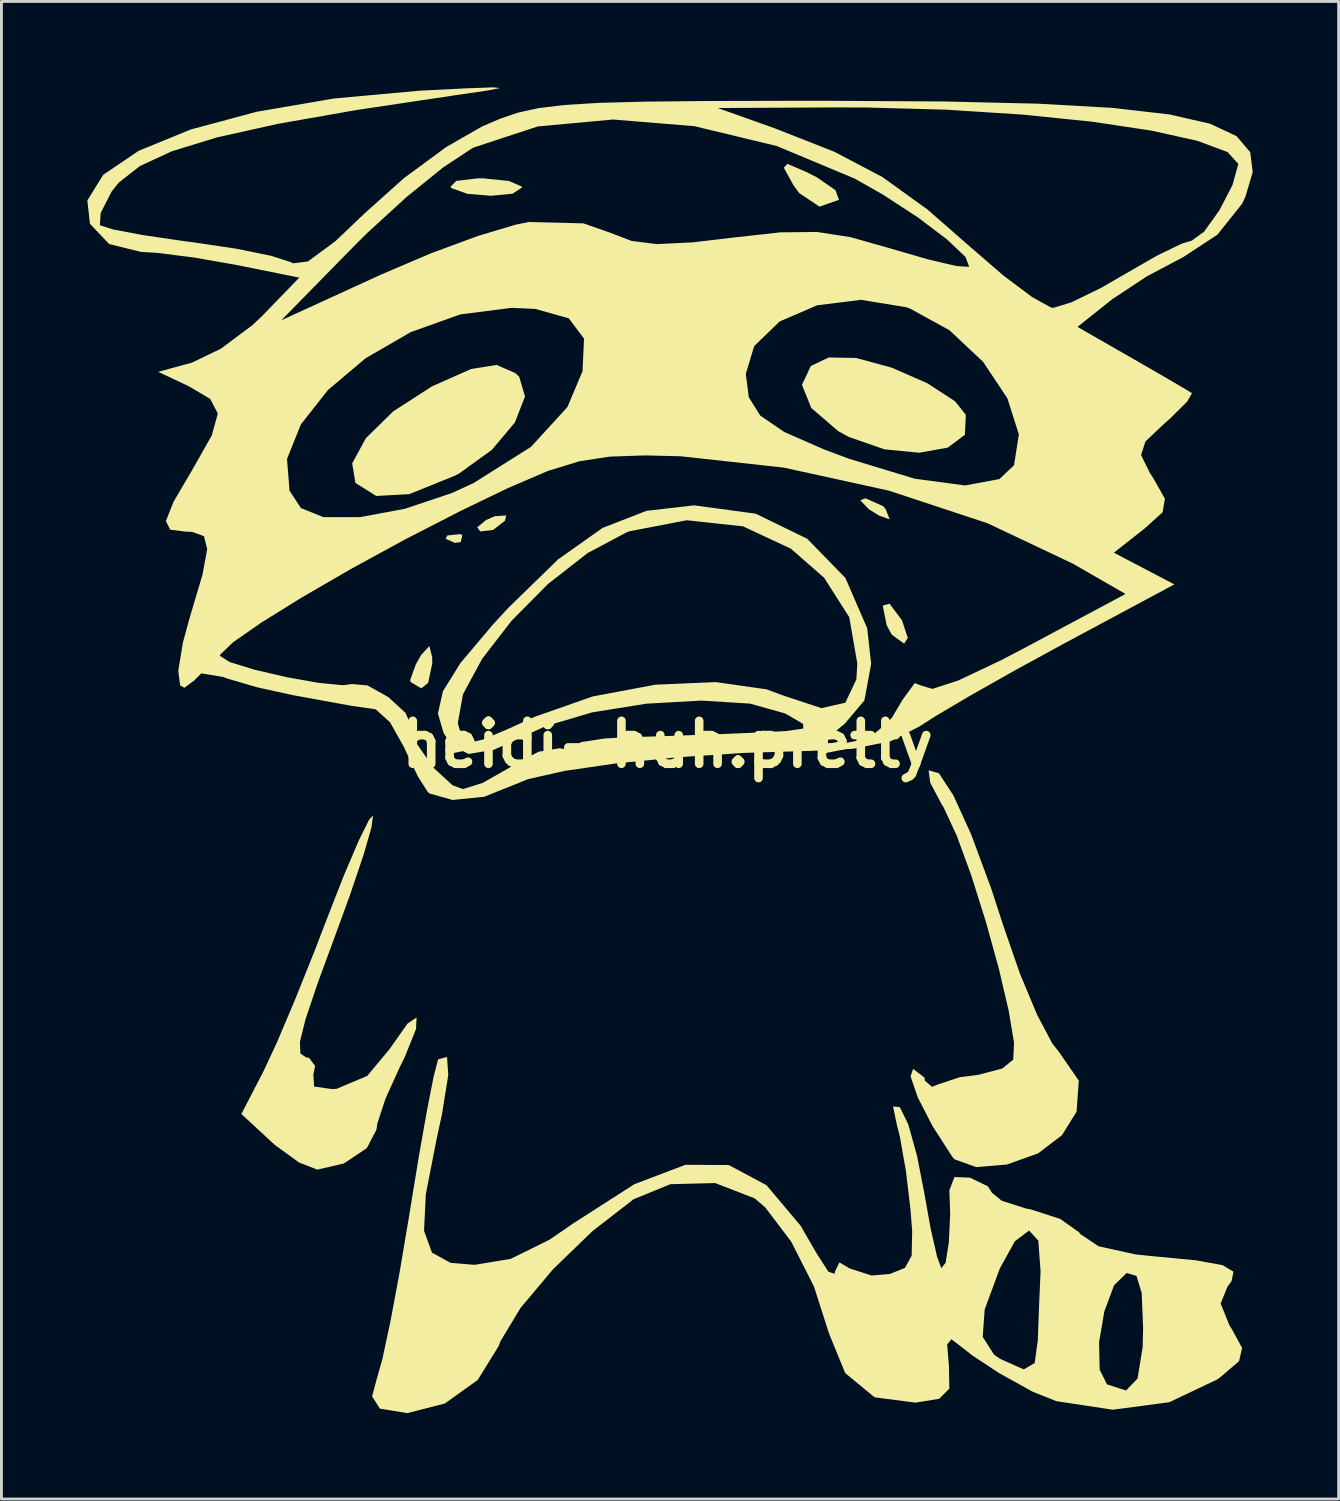
<source format=kicad_pcb>
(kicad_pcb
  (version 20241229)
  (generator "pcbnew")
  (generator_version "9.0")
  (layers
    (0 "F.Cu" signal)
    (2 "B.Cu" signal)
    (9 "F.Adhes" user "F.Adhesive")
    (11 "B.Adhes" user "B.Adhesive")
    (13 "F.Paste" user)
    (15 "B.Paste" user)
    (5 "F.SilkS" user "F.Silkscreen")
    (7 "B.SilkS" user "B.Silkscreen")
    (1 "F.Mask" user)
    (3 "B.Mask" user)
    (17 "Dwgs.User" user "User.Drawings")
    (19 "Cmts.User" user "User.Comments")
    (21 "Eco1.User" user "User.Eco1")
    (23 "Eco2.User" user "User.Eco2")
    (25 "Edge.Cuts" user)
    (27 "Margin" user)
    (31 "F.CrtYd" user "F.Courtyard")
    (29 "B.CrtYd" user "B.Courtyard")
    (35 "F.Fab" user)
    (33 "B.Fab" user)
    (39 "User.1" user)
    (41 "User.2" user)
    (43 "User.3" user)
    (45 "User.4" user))
  (footprint "heidi-huh.pretty"
    (layer "F.Cu")
    (at 20.255 22.939)
    (property "Reference" "heidi-huh.pretty" (at 0 0 0) (layer "F.SilkS") (effects (font (size 1.5 1.5) (thickness 0.3))))
    (attr board_only exclude_from_pos_files exclude_from_bom)
    (fp_poly (pts (xy -7.164 -7.294) (xy -7.218 -7.062) (xy -7.425 -7.034) (xy -7.746 -7.177) (xy -7.685 -7.294) (xy -7.221 -7.341)) (stroke (width 0) (type solid)) (fill yes) (layer "F.SilkS"))
    (fp_poly (pts (xy -5.669 -7.811) (xy -6.087 -7.487) (xy -6.535 -7.433) (xy -6.643 -7.578) (xy -6.337 -7.829) (xy -6.037 -7.964) (xy -5.633 -7.992)) (stroke (width 0) (type solid)) (fill yes) (layer "F.SilkS"))
    (fp_poly (pts (xy 7.536 -8.313) (xy 7.62 -8.206) (xy 7.758 -7.855) (xy 7.388 -7.987) (xy 7.034 -8.206) (xy 6.733 -8.52) (xy 6.913 -8.591)) (stroke (width 0) (type solid)) (fill yes) (layer "F.SilkS"))
    (fp_poly (pts (xy 8.188 -4.332) (xy 8.392 -3.715) (xy 8.262 -3.517) (xy 7.83 -3.83) (xy 7.653 -4.159) (xy 7.516 -4.846) (xy 7.754 -4.91)) (stroke (width 0) (type solid)) (fill yes) (layer "F.SilkS"))
    (fp_poly (pts (xy -8.216 -3.045) (xy -8.212 -2.833) (xy -8.355 -2.147) (xy -8.597 -1.954) (xy -8.972 -2.178) (xy -8.982 -2.247) (xy -8.786 -2.795) (xy -8.597 -3.126) (xy -8.312 -3.433)) (stroke (width 0) (type solid)) (fill yes) (layer "F.SilkS"))
    (fp_poly (pts (xy 4.859 -19.98) (xy 5.225 -19.793) (xy 5.865 -19.348) (xy 5.988 -19.014) (xy 5.986 -19.012) (xy 5.31 -18.774) (xy 4.598 -19.248) (xy 4.389 -19.538) (xy 4.063 -20.132) (xy 4.187 -20.269)) (stroke (width 0) (type solid)) (fill yes) (layer "F.SilkS"))
    (fp_poly (pts (xy -6.429 -19.762) (xy -5.532 -19.669) (xy -5.091 -19.476) (xy -5.081 -19.441) (xy -5.406 -19.227) (xy -6.154 -19.154) (xy -6.977 -19.219) (xy -7.531 -19.416) (xy -7.577 -19.469) (xy -7.375 -19.673) (xy -6.621 -19.763)) (stroke (width 0) (type solid)) (fill yes) (layer "F.SilkS"))
    (fp_poly (pts (xy 6.589 -13.49) (xy 7.829 -13.152) (xy 9.072 -12.609) (xy 10.038 -11.98) (xy 10.417 -11.508) (xy 10.386 -10.809) (xy 9.784 -10.359) (xy 8.789 -10.182) (xy 7.577 -10.3) (xy 6.325 -10.735) (xy 5.959 -10.937) (xy 5.021 -11.744) (xy 4.696 -12.551) (xy 5.005 -13.21) (xy 5.631 -13.508)) (stroke (width 0) (type solid)) (fill yes) (layer "F.SilkS"))
    (fp_poly (pts (xy -5.317 -12.964) (xy -5.178 -12.837) (xy -4.974 -12.146) (xy -5.329 -11.236) (xy -6.131 -10.283) (xy -7.264 -9.463) (xy -7.417 -9.382) (xy -9.016 -8.735) (xy -10.169 -8.672) (xy -10.896 -9.128) (xy -11.008 -9.811) (xy -10.529 -10.692) (xy -9.571 -11.63) (xy -8.247 -12.483) (xy -8.185 -12.516) (xy -6.858 -13.105) (xy -5.966 -13.248)) (stroke (width 0) (type solid)) (fill yes) (layer "F.SilkS"))
    (fp_poly (pts (xy 9.476 1.009) (xy 9.984 1.783) (xy 10.605 3.149) (xy 11.3 5.024) (xy 11.724 6.324) (xy 12.301 7.992) (xy 12.901 9.432) (xy 13.433 10.44) (xy 13.67 10.74) (xy 14.362 11.743) (xy 14.284 12.826) (xy 13.775 13.646) (xy 12.942 14.281) (xy 11.847 14.672) (xy 10.777 14.76) (xy 10.022 14.489) (xy 9.942 14.399) (xy 9.251 13.321) (xy 8.737 12.322) (xy 8.489 11.594) (xy 8.575 11.332) (xy 8.972 11.632) (xy 8.988 11.746) (xy 9.236 11.958) (xy 9.456 11.87) (xy 10.205 11.622) (xy 10.847 11.54) (xy 11.692 11.318) (xy 12.073 11.007) (xy 12.101 10.425) (xy 11.914 9.3) (xy 11.568 7.823) (xy 11.114 6.185) (xy 10.608 4.577) (xy 10.101 3.191) (xy 9.649 2.217) (xy 9.576 2.098) (xy 9.176 1.344) (xy 9.118 0.912) (xy 9.121 0.909)) (stroke (width 0) (type solid)) (fill yes) (layer "F.SilkS"))
    (fp_poly (pts (xy -10.334 2.901) (xy -10.62 3.885) (xy -11.089 5.272) (xy -11.498 6.395) (xy -12.199 8.299) (xy -12.636 9.592) (xy -12.833 10.386) (xy -12.816 10.796) (xy -12.612 10.935) (xy -12.517 10.942) (xy -12.302 11.228) (xy -12.363 11.527) (xy -12.339 11.947) (xy -11.716 12.037) (xy -11.547 12.026) (xy -10.482 11.576) (xy -9.703 10.639) (xy -9.077 9.751) (xy -8.76 9.538) (xy -8.78 9.943) (xy -9.17 10.911) (xy -9.351 11.279) (xy -9.845 12.37) (xy -10.131 13.241) (xy -10.16 13.452) (xy -10.496 14.097) (xy -11.296 14.633) (xy -12.226 14.849) (xy -12.865 14.6) (xy -13.705 13.99) (xy -13.83 13.877) (xy -14.878 12.906) (xy -14.115 11.435) (xy -13.647 10.432) (xy -13.012 8.935) (xy -12.311 7.186) (xy -11.907 6.133) (xy -11.299 4.579) (xy -10.781 3.364) (xy -10.417 2.63) (xy -10.282 2.483)) (stroke (width 0) (type solid)) (fill yes) (layer "F.SilkS"))
    (fp_poly (pts (xy -7.654 11.549) (xy -7.871 12.904) (xy -8.067 13.81) (xy -8.437 15.708) (xy -8.5 16.984) (xy -8.223 17.746) (xy -7.573 18.105) (xy -6.736 18.173) (xy -5.474 17.965) (xy -4.119 17.296) (xy -3.271 16.714) (xy -1.155 15.358) (xy 0.627 14.68) (xy 2.142 14.689) (xy 3.459 15.394) (xy 4.644 16.802) (xy 5.212 17.78) (xy 5.618 18.412) (xy 5.835 18.487) (xy 5.846 18.416) (xy 6.003 18.091) (xy 6.37 18.302) (xy 7.124 18.545) (xy 7.771 18.491) (xy 8.292 18.278) (xy 8.526 17.853) (xy 8.544 16.996) (xy 8.487 16.26) (xy 8.324 14.884) (xy 8.111 13.682) (xy 8.01 13.286) (xy 7.876 12.645) (xy 8.089 12.663) (xy 8.13 12.7) (xy 8.408 13.269) (xy 8.713 14.363) (xy 8.952 15.585) (xy 9.188 16.9) (xy 9.411 17.879) (xy 9.56 18.288) (xy 9.712 18.102) (xy 9.824 17.387) (xy 9.871 16.394) (xy 9.843 15.573) (xy 10.02 15.108) (xy 10.562 15.13) (xy 11.189 15.432) (xy 11.332 15.659) (xy 11.674 15.938) (xy 12.514 16.205) (xy 12.705 16.244) (xy 13.718 16.573) (xy 14.373 17.038) (xy 14.411 17.095) (xy 15.053 17.526) (xy 16.349 17.81) (xy 16.848 17.862) (xy 18.451 18.016) (xy 19.385 18.185) (xy 19.763 18.413) (xy 19.695 18.744) (xy 19.556 18.931) (xy 19.315 19.522) (xy 19.621 20.285) (xy 19.706 20.417) (xy 20.064 21.076) (xy 19.957 21.537) (xy 19.295 22.103) (xy 19.205 22.17) (xy 17.523 22.97) (xy 15.55 23.232) (xy 13.579 22.934) (xy 12.74 22.598) (xy 11.583 21.956) (xy 10.626 21.325) (xy 10.412 21.154) (xy 9.915 20.772) (xy 9.765 20.951) (xy 9.826 21.688) (xy 9.843 22.493) (xy 9.488 22.85) (xy 8.658 22.985) (xy 7.231 22.799) (xy 6.205 21.952) (xy 5.688 20.689) (xy 11.007 20.689) (xy 11.403 21.31) (xy 11.625 21.461) (xy 12.44 21.825) (xy 12.822 21.601) (xy 12.92 20.879) (xy 15.069 20.879) (xy 15.091 21.835) (xy 15.345 22.346) (xy 16.01 22.561) (xy 16.414 22.143) (xy 16.592 21.041) (xy 16.608 20.373) (xy 16.557 19.151) (xy 16.376 18.561) (xy 16.032 18.458) (xy 15.593 18.888) (xy 15.254 19.796) (xy 15.069 20.879) (xy 12.92 20.879) (xy 12.93 20.808) (xy 12.974 19.622) (xy 13.027 18.399) (xy 12.948 17.328) (xy 12.625 16.977) (xy 12.13 17.35) (xy 11.606 18.296) (xy 11.075 19.733) (xy 11.007 20.689) (xy 5.688 20.689) (xy 5.641 20.573) (xy 5.112 18.923) (xy 4.319 17.362) (xy 3.418 16.173) (xy 3.044 15.852) (xy 1.665 15.318) (xy 0.101 15.358) (xy -1.183 15.884) (xy -2.621 16.998) (xy -4 18.332) (xy -5.133 19.682) (xy -5.833 20.845) (xy -5.899 21.02) (xy -6.625 22.193) (xy -7.772 23.015) (xy -9.082 23.351) (xy -10.042 23.194) (xy -10.314 22.765) (xy -10.148 22.15) (xy -9.951 21.452) (xy -9.675 20.157) (xy -9.354 18.444) (xy -9.024 16.488) (xy -8.984 16.238) (xy -8.673 14.342) (xy -8.389 12.741) (xy -8.161 11.585) (xy -8.015 11.023) (xy -8 10.996) (xy -7.697 10.916)) (stroke (width 0) (type solid)) (fill yes) (layer "F.SilkS"))
    (fp_poly (pts (xy -5.853 -22.913) (xy -6.301 -22.826) (xy -7.365 -22.67) (xy -7.425 -22.661) (xy -10.866 -22.146) (xy -13.607 -21.664) (xy -15.727 -21.192) (xy -17.307 -20.707) (xy -18.424 -20.189) (xy -19.16 -19.613) (xy -19.411 -19.295) (xy -19.791 -18.549) (xy -19.818 -18.125) (xy -19.352 -17.977) (xy -18.314 -17.781) (xy -16.906 -17.574) (xy -16.556 -17.529) (xy -15.055 -17.306) (xy -13.842 -17.058) (xy -13.14 -16.832) (xy -13.08 -16.794) (xy -12.554 -16.86) (xy -11.6 -17.563) (xy -10.559 -18.553) (xy -9.212 -19.76) (xy -7.726 -20.855) (xy -6.481 -21.569) (xy -5.846 -21.843) (xy -5.225 -22.055) (xy -4.511 -22.212) (xy -4.476 -22.217) (xy 1.758 -22.217) (xy 3.732 -21.514) (xy 5.83 -20.689) (xy 7.508 -19.806) (xy 9.083 -18.67) (xy 10.58 -17.362) (xy 11.735 -16.364) (xy 12.729 -15.619) (xy 13.385 -15.256) (xy 13.472 -15.24) (xy 14.11 -15.435) (xy 15.137 -15.937) (xy 15.961 -16.412) (xy 17.075 -17.054) (xy 17.951 -17.48) (xy 18.302 -17.585) (xy 18.736 -17.9) (xy 19.272 -18.648) (xy 19.73 -19.533) (xy 19.929 -20.258) (xy 19.929 -20.27) (xy 19.556 -20.679) (xy 18.509 -21.07) (xy 16.896 -21.429) (xy 14.823 -21.74) (xy 12.399 -21.988) (xy 9.731 -22.159) (xy 6.925 -22.236) (xy 5.862 -22.239) (xy 1.758 -22.217) (xy -4.476 -22.217) (xy -3.598 -22.324) (xy -2.38 -22.398) (xy -0.748 -22.441) (xy 1.403 -22.462) (xy 4.181 -22.469) (xy 5.666 -22.469) (xy 9.66 -22.446) (xy 12.93 -22.369) (xy 15.53 -22.223) (xy 17.516 -21.995) (xy 18.944 -21.67) (xy 19.869 -21.236) (xy 20.347 -20.677) (xy 20.434 -19.981) (xy 20.185 -19.134) (xy 20.07 -18.884) (xy 19.203 -17.796) (xy 18.018 -17.018) (xy 16.735 -16.338) (xy 15.546 -15.553) (xy 15.433 -15.465) (xy 14.316 -14.575) (xy 16.243 -13.47) (xy 17.316 -12.852) (xy 18.075 -12.406) (xy 18.314 -12.26) (xy 18.146 -11.967) (xy 17.552 -11.379) (xy 17.379 -11.227) (xy 16.69 -10.578) (xy 16.536 -10.1) (xy 16.847 -9.471) (xy 16.961 -9.296) (xy 17.368 -8.576) (xy 17.287 -8.102) (xy 16.651 -7.528) (xy 16.603 -7.491) (xy 15.587 -6.691) (xy 16.642 -6.138) (xy 17.698 -5.585) (xy 13.831 -3.511) (xy 12.134 -2.584) (xy 10.577 -1.704) (xy 9.36 -0.985) (xy 8.792 -0.621) (xy 7.779 -0.105) (xy 6.468 0.157) (xy 5.08 0.225) (xy 2.695 0.298) (xy 0.349 0.451) (xy -1.799 0.667) (xy -3.59 0.927) (xy -4.867 1.214) (xy -5.359 1.414) (xy -6.403 1.831) (xy -7.501 1.942) (xy -8.305 1.717) (xy -8.371 1.661) (xy -8.712 1.125) (xy -9.15 0.209) (xy -9.198 0.098) (xy -9.686 -0.769) (xy -10.181 -1.218) (xy -10.238 -1.232) (xy -11.01 -1.341) (xy -11.137 -1.364) (xy -11.747 -1.475) (xy -12.778 -1.663) (xy -13.091 -1.72) (xy -14.33 -1.992) (xy -15.371 -2.298) (xy -15.507 -2.349) (xy -16.277 -2.479) (xy -16.528 -2.227) (xy -16.867 -1.975) (xy -17.015 -2.056) (xy -17.081 -2.563) (xy -16.995 -3.091) (xy -15.627 -3.091) (xy -15.286 -2.874) (xy -14.427 -2.608) (xy -13.31 -2.348) (xy -12.191 -2.148) (xy -11.329 -2.064) (xy -11.011 -2.106) (xy -10.474 -2.057) (xy -9.744 -1.648) (xy -9.148 -1.1) (xy -8.988 -0.746) (xy -8.742 -0.005) (xy -8.167 0.821) (xy -7.505 1.429) (xy -7.147 1.563) (xy -6.456 1.348) (xy -5.533 0.824) (xy -5.42 0.745) (xy -4.501 0.258) (xy -3.753 0.134) (xy -3.678 0.154) (xy -3.261 0.212) (xy -3.264 0.093) (xy -3.018 -0.077) (xy -2.194 -0.205) (xy -1.428 -0.247) (xy 0.18 -0.297) (xy 2.013 -0.364) (xy 2.892 -0.401) (xy 4.16 -0.466) (xy 4.742 -0.551) (xy 4.736 -0.713) (xy 4.238 -1.006) (xy 4.089 -1.084) (xy 2.882 -1.422) (xy 1.19 -1.528) (xy -0.732 -1.42) (xy -2.627 -1.117) (xy -4.242 -0.639) (xy -4.707 -0.427) (xy -6.059 0.19) (xy -6.95 0.337) (xy -7.542 0.016) (xy -7.815 -0.391) (xy -7.92 -0.749) (xy -7.319 -0.749) (xy -7.269 -0.548) (xy -7.118 -0.196) (xy -6.894 -0.062) (xy -6.423 -0.172) (xy -5.527 -0.555) (xy -4.637 -0.962) (xy -2.608 -1.673) (xy -0.418 -2.083) (xy 1.686 -2.173) (xy 3.458 -1.921) (xy 4.074 -1.694) (xy 5.376 -1.264) (xy 6.21 -1.453) (xy 6.596 -2.269) (xy 6.629 -2.821) (xy 6.347 -4.44) (xy 5.47 -5.815) (xy 4.312 -6.829) (xy 2.64 -7.611) (xy 0.674 -7.824) (xy -1.321 -7.441) (xy -1.427 -7.402) (xy -2.789 -6.678) (xy -4.169 -5.6) (xy -5.439 -4.32) (xy -6.472 -2.985) (xy -7.141 -1.745) (xy -7.319 -0.749) (xy -7.92 -0.749) (xy -8.015 -1.078) (xy -7.84 -1.854) (xy -7.224 -2.844) (xy -6.103 -4.173) (xy -5.557 -4.766) (xy -3.817 -6.459) (xy -2.267 -7.556) (xy -0.733 -8.153) (xy 0.929 -8.345) (xy 3.083 -8.053) (xy 4.88 -7.177) (xy 6.212 -5.811) (xy 6.974 -4.052) (xy 7.112 -2.808) (xy 6.876 -1.534) (xy 6.194 -0.724) (xy 5.597 -0.229) (xy 5.605 -0.043) (xy 6.057 -0.015) (xy 7.068 -0.211) (xy 7.83 -0.92) (xy 8.213 -1.562) (xy 8.634 -2.139) (xy 8.893 -2.041) (xy 9.253 -1.936) (xy 10.158 -2.231) (xy 11.652 -2.939) (xy 12.526 -3.397) (xy 15.993 -5.25) (xy 14.151 -6.31) (xy 11.179 -7.718) (xy 7.725 -8.859) (xy 4.062 -9.662) (xy 0.465 -10.058) (xy -0.782 -10.088) (xy -2.009 -10.046) (xy -3.074 -9.885) (xy -4.195 -9.538) (xy -5.589 -8.939) (xy -7.228 -8.147) (xy -9.16 -7.155) (xy -11.046 -6.126) (xy -12.76 -5.133) (xy -14.177 -4.253) (xy -15.17 -3.562) (xy -15.615 -3.134) (xy -15.627 -3.091) (xy -16.995 -3.091) (xy -16.918 -3.557) (xy -16.678 -4.435) (xy -16.236 -5.921) (xy -16.07 -6.816) (xy -16.183 -7.267) (xy -16.584 -7.416) (xy -16.803 -7.425) (xy -17.36 -7.494) (xy -17.513 -7.794) (xy -17.248 -8.466) (xy -16.597 -9.574) (xy -16.376 -9.964) (xy -13.284 -9.964) (xy -13.196 -8.857) (xy -12.798 -8.249) (xy -12.01 -7.932) (xy -10.731 -7.933) (xy -9.166 -8.225) (xy -7.524 -8.776) (xy -6.771 -9.122) (xy -4.766 -10.386) (xy -3.492 -11.779) (xy -3.006 -12.934) (xy 2.735 -12.934) (xy 2.84 -12.117) (xy 3.242 -11.477) (xy 4.075 -10.907) (xy 5.469 -10.296) (xy 6.34 -9.971) (xy 8.631 -9.275) (xy 10.393 -9.039) (xy 11.59 -9.262) (xy 12.1 -9.744) (xy 12.269 -10.82) (xy 11.868 -12.083) (xy 11.019 -13.356) (xy 9.844 -14.46) (xy 8.463 -15.218) (xy 8.336 -15.262) (xy 6.756 -15.52) (xy 5.222 -15.329) (xy 3.918 -14.765) (xy 3.028 -13.906) (xy 2.735 -12.934) (xy -3.006 -12.934) (xy -2.965 -13.03) (xy -2.914 -14.165) (xy -3.444 -14.873) (xy -4.611 -15.202) (xy -5.442 -15.24) (xy -7.231 -15.012) (xy -8.964 -14.393) (xy -10.539 -13.481) (xy -11.852 -12.374) (xy -12.801 -11.169) (xy -13.284 -9.964) (xy -16.376 -9.964) (xy -15.913 -10.782) (xy -15.7 -11.549) (xy -15.966 -12.061) (xy -16.705 -12.498) (xy -17.78 -13.007) (xy -16.598 -13.33) (xy -15.59 -13.816) (xy -14.482 -14.644) (xy -14.311 -14.807) (xy -13.482 -14.807) (xy -9.984 -16.409) (xy -8.269 -17.14) (xy -6.619 -17.75) (xy -5.29 -18.148) (xy -4.845 -18.237) (xy -2.935 -18.19) (xy -2.02 -17.871) (xy -1.255 -17.577) (xy -0.366 -17.466) (xy 0.878 -17.527) (xy 2.237 -17.687) (xy 3.939 -17.876) (xy 5.211 -17.891) (xy 6.39 -17.709) (xy 7.813 -17.307) (xy 7.833 -17.3) (xy 9.126 -16.925) (xy 10.096 -16.699) (xy 10.535 -16.672) (xy 10.535 -16.673) (xy 10.407 -17.016) (xy 9.758 -17.631) (xy 8.747 -18.396) (xy 7.528 -19.191) (xy 6.539 -19.752) (xy 3.818 -20.89) (xy 0.943 -21.583) (xy -1.901 -21.816) (xy -4.529 -21.574) (xy -6.753 -20.843) (xy -6.838 -20.799) (xy -7.832 -20.144) (xy -9.123 -19.099) (xy -10.484 -17.853) (xy -10.942 -17.398) (xy -13.482 -14.807) (xy -14.311 -14.807) (xy -14.135 -14.975) (xy -12.855 -16.296) (xy -15.089 -16.745) (xy -16.521 -16.996) (xy -17.801 -17.159) (xy -18.383 -17.194) (xy -19.494 -17.468) (xy -20.165 -18.176) (xy -20.255 -18.99) (xy -19.701 -19.886) (xy -18.464 -20.723) (xy -16.645 -21.468) (xy -14.34 -22.087) (xy -11.65 -22.549) (xy -8.673 -22.821) (xy -8.611 -22.825) (xy -6.966 -22.907) (xy -6.061 -22.939)) (stroke (width 0) (type solid)) (fill yes) (layer "F.SilkS")))
  (gr_rect
    (start -3 -3)
    (end 43.689 49.29)
    (stroke (width 0.1) (type default))
    (fill no)
    (layer "Edge.Cuts")))
</source>
